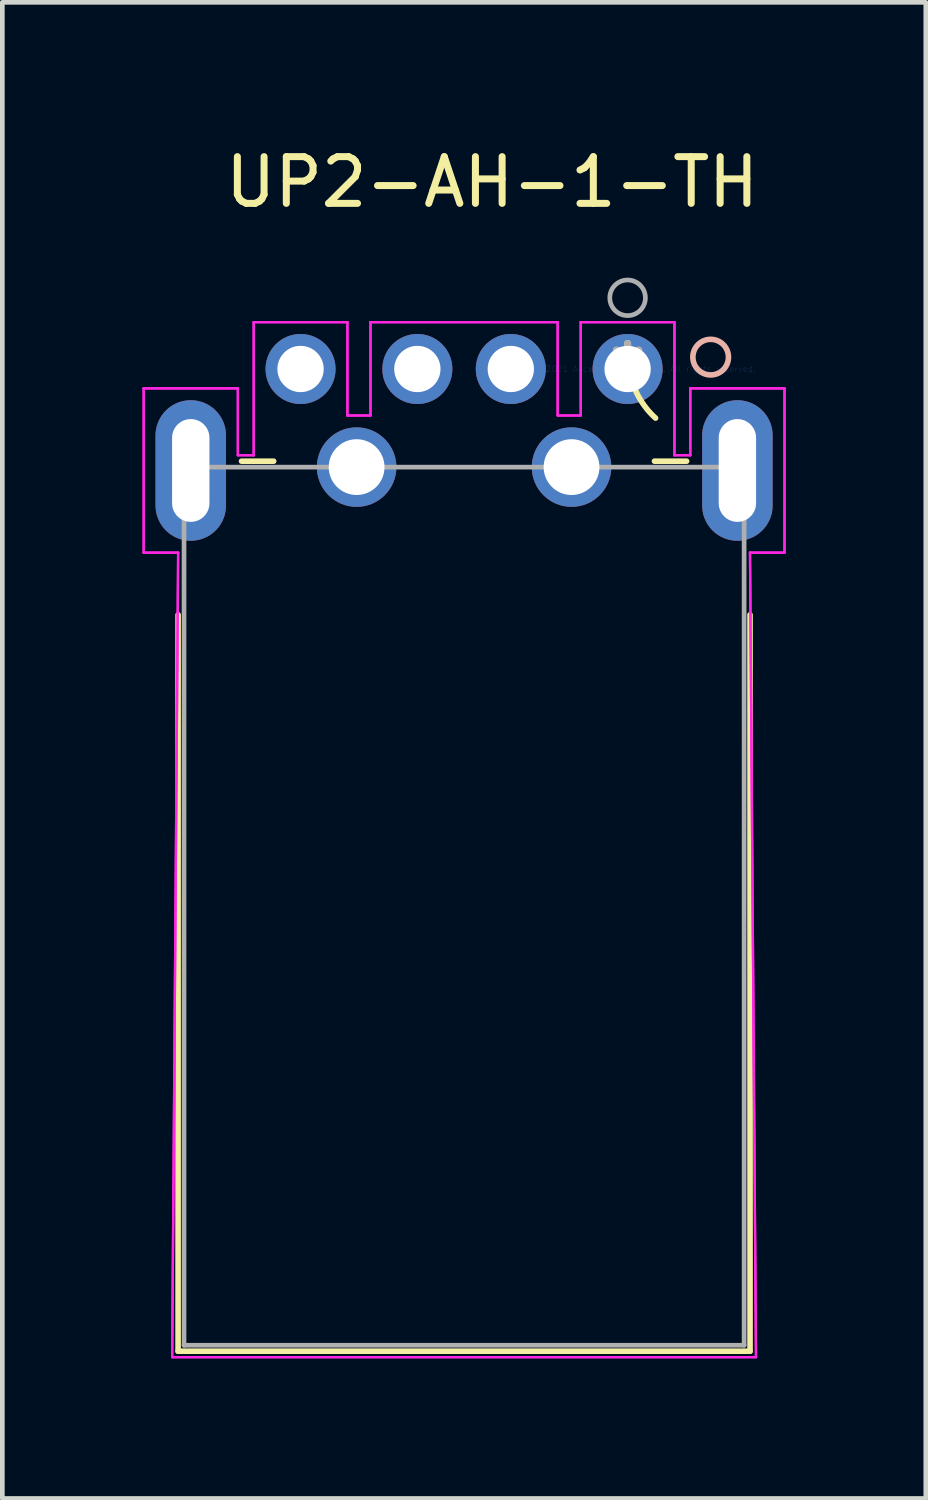
<source format=kicad_pcb>
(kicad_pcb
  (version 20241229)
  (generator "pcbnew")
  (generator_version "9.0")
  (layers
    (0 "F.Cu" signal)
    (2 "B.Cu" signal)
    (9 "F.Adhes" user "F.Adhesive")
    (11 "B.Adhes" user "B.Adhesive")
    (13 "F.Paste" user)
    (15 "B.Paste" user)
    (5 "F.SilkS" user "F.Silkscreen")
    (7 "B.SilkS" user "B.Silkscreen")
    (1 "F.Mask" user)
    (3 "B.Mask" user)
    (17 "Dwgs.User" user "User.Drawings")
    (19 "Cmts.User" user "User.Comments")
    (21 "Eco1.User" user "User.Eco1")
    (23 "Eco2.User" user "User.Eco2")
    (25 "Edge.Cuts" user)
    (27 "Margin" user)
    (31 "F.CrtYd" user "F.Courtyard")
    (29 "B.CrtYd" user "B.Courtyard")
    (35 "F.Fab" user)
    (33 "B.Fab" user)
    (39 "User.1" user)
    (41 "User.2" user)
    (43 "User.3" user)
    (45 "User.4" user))
  (footprint "UP2-AH-1-TH"
    (layer "F.Cu")
    (at 10.383 4.848)
    (property "Reference" "UP2-AH-1-TH" (at -2.9 -4 0) (layer "F.SilkS") (effects (font (size 1 1) (thickness 0.15))))
    (attr through_hole)
    (fp_line (start -9.621 5.261) (end -9.621 21.023) (stroke (width 0.12) (type solid)) (layer "F.SilkS"))
    (fp_line (start -9.621 21.023) (end 2.621 21.023) (stroke (width 0.12) (type solid)) (layer "F.SilkS"))
    (fp_line (start -7.575 1.973) (end -8.263 1.973) (stroke (width 0.12) (type solid)) (layer "F.SilkS"))
    (fp_line (start 1.263 1.973) (end 0.575 1.973) (stroke (width 0.12) (type solid)) (layer "F.SilkS"))
    (fp_line (start 2.621 21.023) (end 2.621 5.261) (stroke (width 0.12) (type solid)) (layer "F.SilkS"))
    (fp_arc (start 0.598247 1.050677) (mid 0.22391 0.569896) (end 0.036064 -0.009753) (stroke (width 0.12) (type solid)) (layer "F.SilkS"))
    (fp_circle (center 1.778 -0.254) (end 2.159 -0.254) (stroke (width 0.12) (type solid)) (fill no) (layer "B.SilkS"))
    (fp_line (start -10.358 0.414) (end -10.358 3.93) (stroke (width 0.05) (type solid)) (layer "F.CrtYd"))
    (fp_line (start -10.358 0.414) (end -10.358 3.93) (stroke (width 0.05) (type solid)) (layer "F.CrtYd"))
    (fp_line (start -10.358 3.93) (end -9.62 3.93) (stroke (width 0.05) (type solid)) (layer "F.CrtYd"))
    (fp_line (start -10.358 3.93) (end -9.62 3.93) (stroke (width 0.05) (type solid)) (layer "F.CrtYd"))
    (fp_line (start -9.748 21.15) (end 2.748 21.15) (stroke (width 0.05) (type solid)) (layer "F.CrtYd"))
    (fp_line (start -9.748 21.15) (end 2.748 21.15) (stroke (width 0.05) (type solid)) (layer "F.CrtYd"))
    (fp_line (start -9.62 3.93) (end -9.748 21.15) (stroke (width 0.05) (type solid)) (layer "F.CrtYd"))
    (fp_line (start -9.62 3.93) (end -9.748 21.15) (stroke (width 0.05) (type solid)) (layer "F.CrtYd"))
    (fp_line (start -8.342 0.414) (end -10.358 0.414) (stroke (width 0.05) (type solid)) (layer "F.CrtYd"))
    (fp_line (start -8.342 0.414) (end -10.358 0.414) (stroke (width 0.05) (type solid)) (layer "F.CrtYd"))
    (fp_line (start -8.342 1.846) (end -8.342 0.414) (stroke (width 0.05) (type solid)) (layer "F.CrtYd"))
    (fp_line (start -8.342 1.846) (end -8.342 0.414) (stroke (width 0.05) (type solid)) (layer "F.CrtYd"))
    (fp_line (start -8.003 -1.003) (end -8.003 1.846) (stroke (width 0.05) (type solid)) (layer "F.CrtYd"))
    (fp_line (start -8.003 -1.003) (end -8.003 1.846) (stroke (width 0.05) (type solid)) (layer "F.CrtYd"))
    (fp_line (start -8.003 1.846) (end -8.342 1.846) (stroke (width 0.05) (type solid)) (layer "F.CrtYd"))
    (fp_line (start -8.003 1.846) (end -8.342 1.846) (stroke (width 0.05) (type solid)) (layer "F.CrtYd"))
    (fp_line (start -5.997 -1.003) (end -8.003 -1.003) (stroke (width 0.05) (type solid)) (layer "F.CrtYd"))
    (fp_line (start -5.997 -1.003) (end -8.003 -1.003) (stroke (width 0.05) (type solid)) (layer "F.CrtYd"))
    (fp_line (start -5.997 0.995) (end -5.997 -1.003) (stroke (width 0.05) (type solid)) (layer "F.CrtYd"))
    (fp_line (start -5.997 0.995) (end -5.997 -1.003) (stroke (width 0.05) (type solid)) (layer "F.CrtYd"))
    (fp_line (start -5.503 -1.003) (end -5.503 0.995) (stroke (width 0.05) (type solid)) (layer "F.CrtYd"))
    (fp_line (start -5.503 -1.003) (end -5.503 0.995) (stroke (width 0.05) (type solid)) (layer "F.CrtYd"))
    (fp_line (start -5.503 0.995) (end -5.997 0.995) (stroke (width 0.05) (type solid)) (layer "F.CrtYd"))
    (fp_line (start -5.503 0.995) (end -5.997 0.995) (stroke (width 0.05) (type solid)) (layer "F.CrtYd"))
    (fp_line (start -1.497 -1.003) (end -5.503 -1.003) (stroke (width 0.05) (type solid)) (layer "F.CrtYd"))
    (fp_line (start -1.497 -1.003) (end -5.503 -1.003) (stroke (width 0.05) (type solid)) (layer "F.CrtYd"))
    (fp_line (start -1.497 0.995) (end -1.497 -1.003) (stroke (width 0.05) (type solid)) (layer "F.CrtYd"))
    (fp_line (start -1.497 0.995) (end -1.497 -1.003) (stroke (width 0.05) (type solid)) (layer "F.CrtYd"))
    (fp_line (start -1.003 -1.003) (end -1.003 0.995) (stroke (width 0.05) (type solid)) (layer "F.CrtYd"))
    (fp_line (start -1.003 -1.003) (end -1.003 0.995) (stroke (width 0.05) (type solid)) (layer "F.CrtYd"))
    (fp_line (start -1.003 0.995) (end -1.497 0.995) (stroke (width 0.05) (type solid)) (layer "F.CrtYd"))
    (fp_line (start -1.003 0.995) (end -1.497 0.995) (stroke (width 0.05) (type solid)) (layer "F.CrtYd"))
    (fp_line (start 1.003 -1.003) (end -1.003 -1.003) (stroke (width 0.05) (type solid)) (layer "F.CrtYd"))
    (fp_line (start 1.003 -1.003) (end -1.003 -1.003) (stroke (width 0.05) (type solid)) (layer "F.CrtYd"))
    (fp_line (start 1.003 1.846) (end 1.003 -1.003) (stroke (width 0.05) (type solid)) (layer "F.CrtYd"))
    (fp_line (start 1.003 1.846) (end 1.003 -1.003) (stroke (width 0.05) (type solid)) (layer "F.CrtYd"))
    (fp_line (start 1.342 0.414) (end 1.342 1.846) (stroke (width 0.05) (type solid)) (layer "F.CrtYd"))
    (fp_line (start 1.342 0.414) (end 1.342 1.846) (stroke (width 0.05) (type solid)) (layer "F.CrtYd"))
    (fp_line (start 1.342 1.846) (end 1.003 1.846) (stroke (width 0.05) (type solid)) (layer "F.CrtYd"))
    (fp_line (start 1.342 1.846) (end 1.003 1.846) (stroke (width 0.05) (type solid)) (layer "F.CrtYd"))
    (fp_line (start 2.62 3.93) (end 3.358 3.93) (stroke (width 0.05) (type solid)) (layer "F.CrtYd"))
    (fp_line (start 2.62 3.93) (end 3.358 3.93) (stroke (width 0.05) (type solid)) (layer "F.CrtYd"))
    (fp_line (start 2.748 21.15) (end 2.62 3.93) (stroke (width 0.05) (type solid)) (layer "F.CrtYd"))
    (fp_line (start 2.748 21.15) (end 2.62 3.93) (stroke (width 0.05) (type solid)) (layer "F.CrtYd"))
    (fp_line (start 3.358 0.414) (end 1.342 0.414) (stroke (width 0.05) (type solid)) (layer "F.CrtYd"))
    (fp_line (start 3.358 0.414) (end 1.342 0.414) (stroke (width 0.05) (type solid)) (layer "F.CrtYd"))
    (fp_line (start 3.358 3.93) (end 3.358 0.414) (stroke (width 0.05) (type solid)) (layer "F.CrtYd"))
    (fp_line (start 3.358 3.93) (end 3.358 0.414) (stroke (width 0.05) (type solid)) (layer "F.CrtYd"))
    (fp_line (start -9.494 2.1) (end -9.494 20.896) (stroke (width 0.1) (type solid)) (layer "F.Fab"))
    (fp_line (start -9.494 20.896) (end 2.494 20.896) (stroke (width 0.1) (type solid)) (layer "F.Fab"))
    (fp_line (start 2.494 2.1) (end -9.494 2.1) (stroke (width 0.1) (type solid)) (layer "F.Fab"))
    (fp_line (start 2.494 20.896) (end 2.494 2.1) (stroke (width 0.1) (type solid)) (layer "F.Fab"))
    (fp_circle (center 0 -1.524) (end 0.381 -1.524) (stroke (width 0.1) (type solid)) (fill no) (layer "F.Fab"))
    (fp_text user "*" (at 0 0 0) (layer "F.SilkS") (effects (font (size 1 1) (thickness 0.15))))
    (fp_text user "Copyright 2021 Accelerated Designs. All rights reserved." (at 0 0 0) (layer "Cmts.User") (effects (font (size 0.127 0.127) (thickness 0.002))))
    (fp_text user "*" (at 0 0 0) (layer "F.Fab") (effects (font (size 1 1) (thickness 0.15))))
    (pad "1" thru_hole circle (at 0 0) (size 1.499 1.499) (drill 0.991) (layers "*.Cu" "*.Mask"))
    (pad "2" thru_hole circle (at -2.5 0) (size 1.499 1.499) (drill 0.991) (layers "*.Cu" "*.Mask"))
    (pad "3" thru_hole circle (at -4.5 0) (size 1.499 1.499) (drill 0.991) (layers "*.Cu" "*.Mask"))
    (pad "4" thru_hole circle (at -7 0) (size 1.499 1.499) (drill 0.991) (layers "*.Cu" "*.Mask"))
    (pad "5" thru_hole oval (at 2.35 2.172 90) (size 3.008 1.508) (drill oval 2.2 0.8) (layers "*.Cu" "*.Mask"))
    (pad "6" thru_hole oval (at -9.35 2.172 90) (size 3.008 1.508) (drill oval 2.2 0.8) (layers "*.Cu" "*.Mask"))
    (pad "7" thru_hole circle (at -1.2 2.1) (size 1.702 1.702) (drill 1.194) (layers "*.Cu" "*.Mask"))
    (pad "8" thru_hole circle (at -5.8 2.1) (size 1.702 1.702) (drill 1.194) (layers "*.Cu" "*.Mask")))
  (gr_rect
    (start -3 -3)
    (end 16.766 29.023)
    (stroke (width 0.1) (type default))
    (fill no)
    (layer "Edge.Cuts")))
</source>
